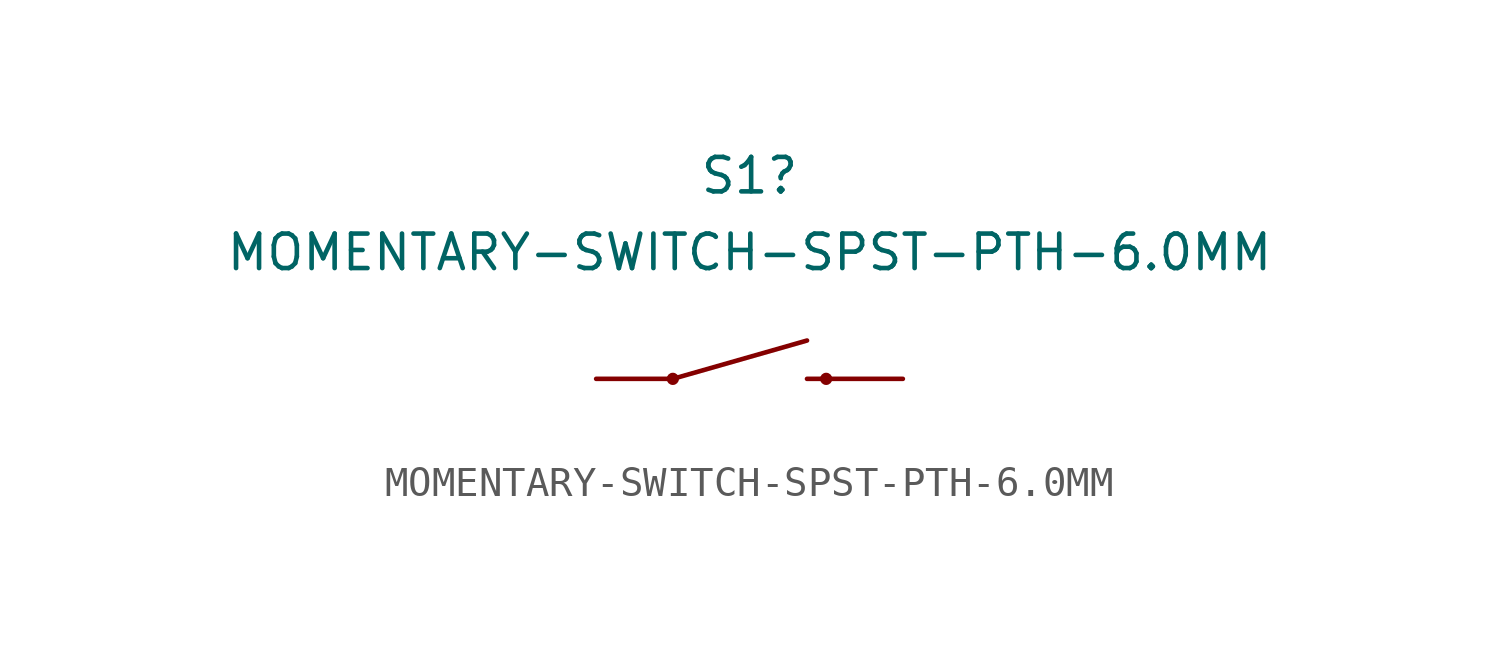
<source format=kicad_sym>
(kicad_symbol_lib
  (version 20211014)
  (generator kicad_symbol_editor)
  (symbol "MOMENTARY-SWITCH-SPST-PTH-6.0MM"
    (pin_numbers hide)
    (pin_names
      (offset 1.016) hide)
    (property "Reference" "S1"
      (at 0 6.731 0)
      (effects (font (size 1.143 1.143))))
    (property "Value" "MOMENTARY-SWITCH-SPST-PTH-6.0MM"
      (at 0 4.191 0)
      (effects (font (size 1.143 1.143))))
    (symbol "MOMENTARY-SWITCH-SPST-PTH-6.0MM_1_0"
      (polyline (pts (xy -2.54 0) (xy 1.905 1.27)) (stroke (width 0) (type default) (color 0 0 0 0)) (fill (type none)))
      (polyline (pts (xy 1.905 0) (xy 2.54 0)) (stroke (width 0) (type default) (color 0 0 0 0)) (fill (type none))))
    (symbol "MOMENTARY-SWITCH-SPST-PTH-6.0MM_1_1"
      (circle (center -2.54 0) (radius 0.127) (stroke (width 0) (type default) (color 0 0 0 0)) (fill (type outline)))
      (circle (center 2.54 0) (radius 0.127) (stroke (width 0) (type default) (color 0 0 0 0)) (fill (type outline)))
      (pin passive line (at -5.08 0 0) (length 2.54) (name "1" (effects (font (size 1.016 1.016)))) (number "1" (effects (font (size 1.016 1.016)))))
      (pin passive line (at -5.08 -1.27 0) (length 2.54) hide (name "1" (effects (font (size 1.016 1.016)))) (number "2" (effects (font (size 1.016 1.016)))))
      (pin passive line (at 5.08 0 180) (length 2.54) (name "2" (effects (font (size 1.016 1.016)))) (number "3" (effects (font (size 1.016 1.016)))))
      (pin passive line (at 5.08 -1.27 180) (length 2.54) hide (name "2" (effects (font (size 1.016 1.016)))) (number "4" (effects (font (size 1.016 1.016))))))))
</source>
